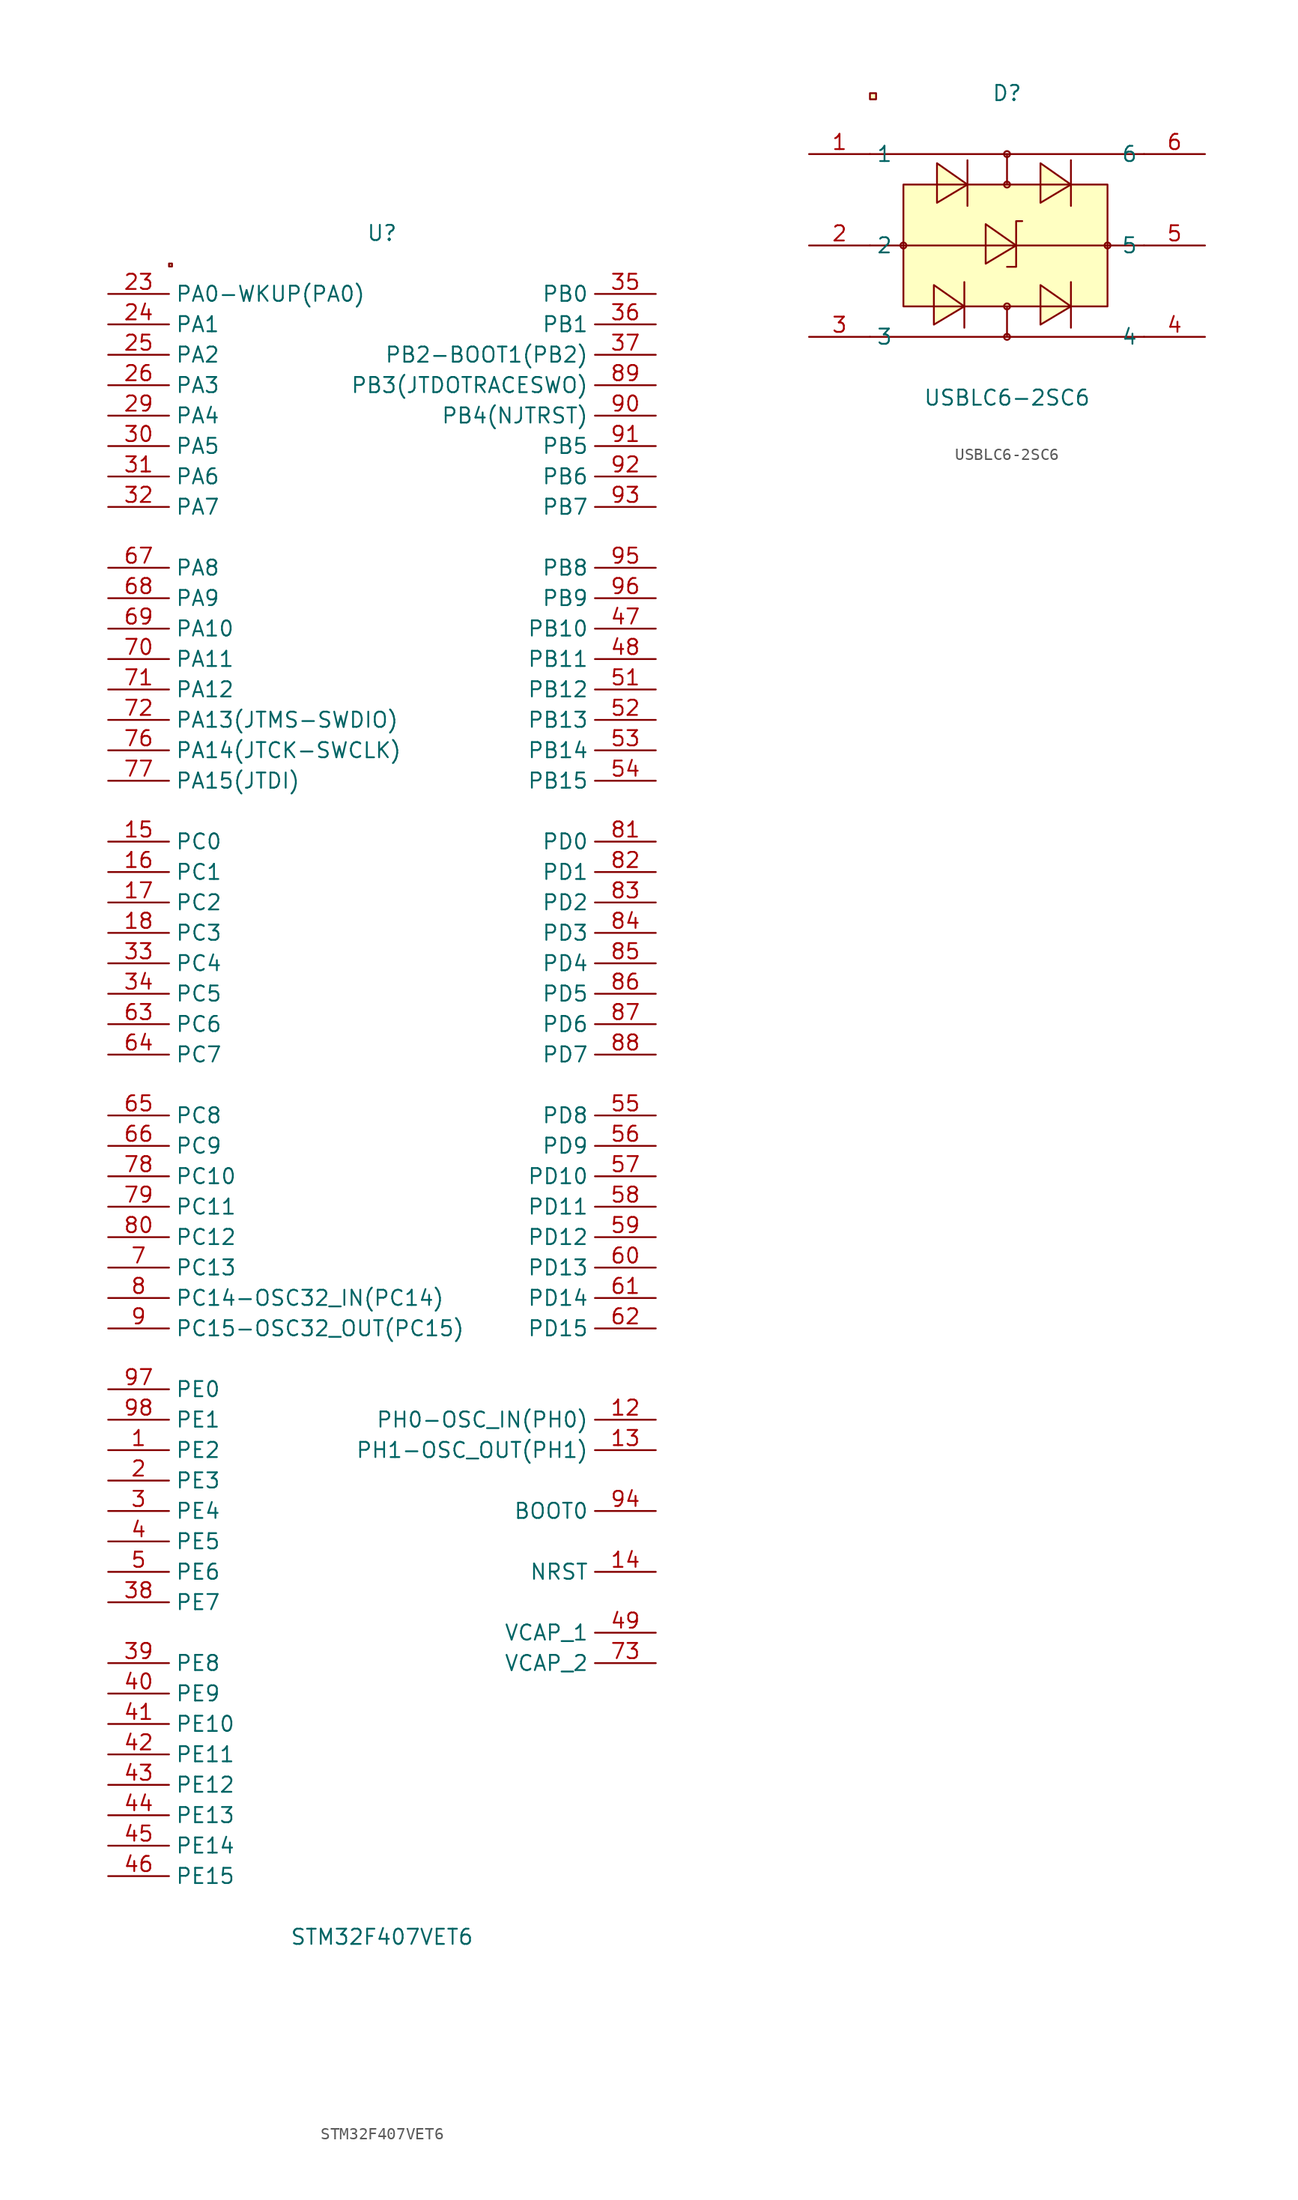
<source format=kicad_sym>
(kicad_symbol_lib
  (version 20241209)
  (generator "kicad_symbol_editor")
  (generator_version "9.0")
  (symbol "STM32F407VET6"
    (property "Reference" "U"
      (at 0 71.12 0)
      (effects (font (size 1.27 1.27))))
    (property "Value" "STM32F407VET6"
      (at 0 -71.12 0)
      (effects (font (size 1.27 1.27))))
    (symbol "STM32F407VET6_0_1"
      (rectangle (start -17.78 68.58) (end -17.53 68.33) (stroke (width 0) (type default)) (fill (type background)))
      (pin bidirectional line (at -22.86 66.04 0) (length 5.08) (name "PA0-WKUP(PA0)" (effects (font (size 1.27 1.27)))) (number "23" (effects (font (size 1.27 1.27)))))
      (pin bidirectional line (at -22.86 63.5 0) (length 5.08) (name "PA1" (effects (font (size 1.27 1.27)))) (number "24" (effects (font (size 1.27 1.27)))))
      (pin bidirectional line (at -22.86 60.96 0) (length 5.08) (name "PA2" (effects (font (size 1.27 1.27)))) (number "25" (effects (font (size 1.27 1.27)))))
      (pin bidirectional line (at -22.86 58.42 0) (length 5.08) (name "PA3" (effects (font (size 1.27 1.27)))) (number "26" (effects (font (size 1.27 1.27)))))
      (pin bidirectional line (at -22.86 55.88 0) (length 5.08) (name "PA4" (effects (font (size 1.27 1.27)))) (number "29" (effects (font (size 1.27 1.27)))))
      (pin bidirectional line (at -22.86 53.34 0) (length 5.08) (name "PA5" (effects (font (size 1.27 1.27)))) (number "30" (effects (font (size 1.27 1.27)))))
      (pin bidirectional line (at -22.86 50.8 0) (length 5.08) (name "PA6" (effects (font (size 1.27 1.27)))) (number "31" (effects (font (size 1.27 1.27)))))
      (pin bidirectional line (at -22.86 48.26 0) (length 5.08) (name "PA7" (effects (font (size 1.27 1.27)))) (number "32" (effects (font (size 1.27 1.27)))))
      (pin bidirectional line (at -22.86 43.18 0) (length 5.08) (name "PA8" (effects (font (size 1.27 1.27)))) (number "67" (effects (font (size 1.27 1.27)))))
      (pin bidirectional line (at -22.86 40.64 0) (length 5.08) (name "PA9" (effects (font (size 1.27 1.27)))) (number "68" (effects (font (size 1.27 1.27)))))
      (pin bidirectional line (at -22.86 38.1 0) (length 5.08) (name "PA10" (effects (font (size 1.27 1.27)))) (number "69" (effects (font (size 1.27 1.27)))))
      (pin bidirectional line (at -22.86 35.56 0) (length 5.08) (name "PA11" (effects (font (size 1.27 1.27)))) (number "70" (effects (font (size 1.27 1.27)))))
      (pin bidirectional line (at -22.86 33.02 0) (length 5.08) (name "PA12" (effects (font (size 1.27 1.27)))) (number "71" (effects (font (size 1.27 1.27)))))
      (pin bidirectional line (at -22.86 30.48 0) (length 5.08) (name "PA13(JTMS-SWDIO)" (effects (font (size 1.27 1.27)))) (number "72" (effects (font (size 1.27 1.27)))))
      (pin bidirectional line (at -22.86 27.94 0) (length 5.08) (name "PA14(JTCK-SWCLK)" (effects (font (size 1.27 1.27)))) (number "76" (effects (font (size 1.27 1.27)))))
      (pin bidirectional line (at -22.86 25.4 0) (length 5.08) (name "PA15(JTDI)" (effects (font (size 1.27 1.27)))) (number "77" (effects (font (size 1.27 1.27)))))
      (pin bidirectional line (at -22.86 20.32 0) (length 5.08) (name "PC0" (effects (font (size 1.27 1.27)))) (number "15" (effects (font (size 1.27 1.27)))))
      (pin bidirectional line (at -22.86 17.78 0) (length 5.08) (name "PC1" (effects (font (size 1.27 1.27)))) (number "16" (effects (font (size 1.27 1.27)))))
      (pin bidirectional line (at -22.86 15.24 0) (length 5.08) (name "PC2" (effects (font (size 1.27 1.27)))) (number "17" (effects (font (size 1.27 1.27)))))
      (pin bidirectional line (at -22.86 12.7 0) (length 5.08) (name "PC3" (effects (font (size 1.27 1.27)))) (number "18" (effects (font (size 1.27 1.27)))))
      (pin bidirectional line (at -22.86 10.16 0) (length 5.08) (name "PC4" (effects (font (size 1.27 1.27)))) (number "33" (effects (font (size 1.27 1.27)))))
      (pin bidirectional line (at -22.86 7.62 0) (length 5.08) (name "PC5" (effects (font (size 1.27 1.27)))) (number "34" (effects (font (size 1.27 1.27)))))
      (pin bidirectional line (at -22.86 5.08 0) (length 5.08) (name "PC6" (effects (font (size 1.27 1.27)))) (number "63" (effects (font (size 1.27 1.27)))))
      (pin bidirectional line (at -22.86 2.54 0) (length 5.08) (name "PC7" (effects (font (size 1.27 1.27)))) (number "64" (effects (font (size 1.27 1.27)))))
      (pin bidirectional line (at -22.86 -2.54 0) (length 5.08) (name "PC8" (effects (font (size 1.27 1.27)))) (number "65" (effects (font (size 1.27 1.27)))))
      (pin bidirectional line (at -22.86 -5.08 0) (length 5.08) (name "PC9" (effects (font (size 1.27 1.27)))) (number "66" (effects (font (size 1.27 1.27)))))
      (pin bidirectional line (at -22.86 -7.62 0) (length 5.08) (name "PC10" (effects (font (size 1.27 1.27)))) (number "78" (effects (font (size 1.27 1.27)))))
      (pin bidirectional line (at -22.86 -10.16 0) (length 5.08) (name "PC11" (effects (font (size 1.27 1.27)))) (number "79" (effects (font (size 1.27 1.27)))))
      (pin bidirectional line (at -22.86 -12.7 0) (length 5.08) (name "PC12" (effects (font (size 1.27 1.27)))) (number "80" (effects (font (size 1.27 1.27)))))
      (pin bidirectional line (at -22.86 -15.24 0) (length 5.08) (name "PC13" (effects (font (size 1.27 1.27)))) (number "7" (effects (font (size 1.27 1.27)))))
      (pin bidirectional line (at -22.86 -17.78 0) (length 5.08) (name "PC14-OSC32_IN(PC14)" (effects (font (size 1.27 1.27)))) (number "8" (effects (font (size 1.27 1.27)))))
      (pin bidirectional line (at -22.86 -20.32 0) (length 5.08) (name "PC15-OSC32_OUT(PC15)" (effects (font (size 1.27 1.27)))) (number "9" (effects (font (size 1.27 1.27)))))
      (pin bidirectional line (at -22.86 -25.4 0) (length 5.08) (name "PE0" (effects (font (size 1.27 1.27)))) (number "97" (effects (font (size 1.27 1.27)))))
      (pin bidirectional line (at -22.86 -27.94 0) (length 5.08) (name "PE1" (effects (font (size 1.27 1.27)))) (number "98" (effects (font (size 1.27 1.27)))))
      (pin bidirectional line (at -22.86 -30.48 0) (length 5.08) (name "PE2" (effects (font (size 1.27 1.27)))) (number "1" (effects (font (size 1.27 1.27)))))
      (pin bidirectional line (at -22.86 -33.02 0) (length 5.08) (name "PE3" (effects (font (size 1.27 1.27)))) (number "2" (effects (font (size 1.27 1.27)))))
      (pin bidirectional line (at -22.86 -35.56 0) (length 5.08) (name "PE4" (effects (font (size 1.27 1.27)))) (number "3" (effects (font (size 1.27 1.27)))))
      (pin bidirectional line (at -22.86 -38.1 0) (length 5.08) (name "PE5" (effects (font (size 1.27 1.27)))) (number "4" (effects (font (size 1.27 1.27)))))
      (pin bidirectional line (at -22.86 -40.64 0) (length 5.08) (name "PE6" (effects (font (size 1.27 1.27)))) (number "5" (effects (font (size 1.27 1.27)))))
      (pin bidirectional line (at -22.86 -43.18 0) (length 5.08) (name "PE7" (effects (font (size 1.27 1.27)))) (number "38" (effects (font (size 1.27 1.27)))))
      (pin bidirectional line (at -22.86 -48.26 0) (length 5.08) (name "PE8" (effects (font (size 1.27 1.27)))) (number "39" (effects (font (size 1.27 1.27)))))
      (pin bidirectional line (at -22.86 -50.8 0) (length 5.08) (name "PE9" (effects (font (size 1.27 1.27)))) (number "40" (effects (font (size 1.27 1.27)))))
      (pin bidirectional line (at -22.86 -53.34 0) (length 5.08) (name "PE10" (effects (font (size 1.27 1.27)))) (number "41" (effects (font (size 1.27 1.27)))))
      (pin bidirectional line (at -22.86 -55.88 0) (length 5.08) (name "PE11" (effects (font (size 1.27 1.27)))) (number "42" (effects (font (size 1.27 1.27)))))
      (pin bidirectional line (at -22.86 -58.42 0) (length 5.08) (name "PE12" (effects (font (size 1.27 1.27)))) (number "43" (effects (font (size 1.27 1.27)))))
      (pin bidirectional line (at -22.86 -60.96 0) (length 5.08) (name "PE13" (effects (font (size 1.27 1.27)))) (number "44" (effects (font (size 1.27 1.27)))))
      (pin bidirectional line (at -22.86 -63.5 0) (length 5.08) (name "PE14" (effects (font (size 1.27 1.27)))) (number "45" (effects (font (size 1.27 1.27)))))
      (pin bidirectional line (at -22.86 -66.04 0) (length 5.08) (name "PE15" (effects (font (size 1.27 1.27)))) (number "46" (effects (font (size 1.27 1.27)))))
      (pin bidirectional line (at 22.86 66.04 180) (length 5.08) (name "PB0" (effects (font (size 1.27 1.27)))) (number "35" (effects (font (size 1.27 1.27)))))
      (pin bidirectional line (at 22.86 63.5 180) (length 5.08) (name "PB1" (effects (font (size 1.27 1.27)))) (number "36" (effects (font (size 1.27 1.27)))))
      (pin bidirectional line (at 22.86 60.96 180) (length 5.08) (name "PB2-BOOT1(PB2)" (effects (font (size 1.27 1.27)))) (number "37" (effects (font (size 1.27 1.27)))))
      (pin bidirectional line (at 22.86 58.42 180) (length 5.08) (name "PB3(JTDOTRACESWO)" (effects (font (size 1.27 1.27)))) (number "89" (effects (font (size 1.27 1.27)))))
      (pin bidirectional line (at 22.86 55.88 180) (length 5.08) (name "PB4(NJTRST)" (effects (font (size 1.27 1.27)))) (number "90" (effects (font (size 1.27 1.27)))))
      (pin bidirectional line (at 22.86 53.34 180) (length 5.08) (name "PB5" (effects (font (size 1.27 1.27)))) (number "91" (effects (font (size 1.27 1.27)))))
      (pin bidirectional line (at 22.86 50.8 180) (length 5.08) (name "PB6" (effects (font (size 1.27 1.27)))) (number "92" (effects (font (size 1.27 1.27)))))
      (pin bidirectional line (at 22.86 48.26 180) (length 5.08) (name "PB7" (effects (font (size 1.27 1.27)))) (number "93" (effects (font (size 1.27 1.27)))))
      (pin bidirectional line (at 22.86 43.18 180) (length 5.08) (name "PB8" (effects (font (size 1.27 1.27)))) (number "95" (effects (font (size 1.27 1.27)))))
      (pin bidirectional line (at 22.86 40.64 180) (length 5.08) (name "PB9" (effects (font (size 1.27 1.27)))) (number "96" (effects (font (size 1.27 1.27)))))
      (pin bidirectional line (at 22.86 38.1 180) (length 5.08) (name "PB10" (effects (font (size 1.27 1.27)))) (number "47" (effects (font (size 1.27 1.27)))))
      (pin bidirectional line (at 22.86 35.56 180) (length 5.08) (name "PB11" (effects (font (size 1.27 1.27)))) (number "48" (effects (font (size 1.27 1.27)))))
      (pin bidirectional line (at 22.86 33.02 180) (length 5.08) (name "PB12" (effects (font (size 1.27 1.27)))) (number "51" (effects (font (size 1.27 1.27)))))
      (pin bidirectional line (at 22.86 30.48 180) (length 5.08) (name "PB13" (effects (font (size 1.27 1.27)))) (number "52" (effects (font (size 1.27 1.27)))))
      (pin bidirectional line (at 22.86 27.94 180) (length 5.08) (name "PB14" (effects (font (size 1.27 1.27)))) (number "53" (effects (font (size 1.27 1.27)))))
      (pin bidirectional line (at 22.86 25.4 180) (length 5.08) (name "PB15" (effects (font (size 1.27 1.27)))) (number "54" (effects (font (size 1.27 1.27)))))
      (pin bidirectional line (at 22.86 20.32 180) (length 5.08) (name "PD0" (effects (font (size 1.27 1.27)))) (number "81" (effects (font (size 1.27 1.27)))))
      (pin bidirectional line (at 22.86 17.78 180) (length 5.08) (name "PD1" (effects (font (size 1.27 1.27)))) (number "82" (effects (font (size 1.27 1.27)))))
      (pin bidirectional line (at 22.86 15.24 180) (length 5.08) (name "PD2" (effects (font (size 1.27 1.27)))) (number "83" (effects (font (size 1.27 1.27)))))
      (pin bidirectional line (at 22.86 12.7 180) (length 5.08) (name "PD3" (effects (font (size 1.27 1.27)))) (number "84" (effects (font (size 1.27 1.27)))))
      (pin bidirectional line (at 22.86 10.16 180) (length 5.08) (name "PD4" (effects (font (size 1.27 1.27)))) (number "85" (effects (font (size 1.27 1.27)))))
      (pin bidirectional line (at 22.86 7.62 180) (length 5.08) (name "PD5" (effects (font (size 1.27 1.27)))) (number "86" (effects (font (size 1.27 1.27)))))
      (pin bidirectional line (at 22.86 5.08 180) (length 5.08) (name "PD6" (effects (font (size 1.27 1.27)))) (number "87" (effects (font (size 1.27 1.27)))))
      (pin bidirectional line (at 22.86 2.54 180) (length 5.08) (name "PD7" (effects (font (size 1.27 1.27)))) (number "88" (effects (font (size 1.27 1.27)))))
      (pin bidirectional line (at 22.86 -2.54 180) (length 5.08) (name "PD8" (effects (font (size 1.27 1.27)))) (number "55" (effects (font (size 1.27 1.27)))))
      (pin bidirectional line (at 22.86 -5.08 180) (length 5.08) (name "PD9" (effects (font (size 1.27 1.27)))) (number "56" (effects (font (size 1.27 1.27)))))
      (pin bidirectional line (at 22.86 -7.62 180) (length 5.08) (name "PD10" (effects (font (size 1.27 1.27)))) (number "57" (effects (font (size 1.27 1.27)))))
      (pin bidirectional line (at 22.86 -10.16 180) (length 5.08) (name "PD11" (effects (font (size 1.27 1.27)))) (number "58" (effects (font (size 1.27 1.27)))))
      (pin bidirectional line (at 22.86 -12.7 180) (length 5.08) (name "PD12" (effects (font (size 1.27 1.27)))) (number "59" (effects (font (size 1.27 1.27)))))
      (pin bidirectional line (at 22.86 -15.24 180) (length 5.08) (name "PD13" (effects (font (size 1.27 1.27)))) (number "60" (effects (font (size 1.27 1.27)))))
      (pin bidirectional line (at 22.86 -17.78 180) (length 5.08) (name "PD14" (effects (font (size 1.27 1.27)))) (number "61" (effects (font (size 1.27 1.27)))))
      (pin bidirectional line (at 22.86 -20.32 180) (length 5.08) (name "PD15" (effects (font (size 1.27 1.27)))) (number "62" (effects (font (size 1.27 1.27)))))
      (pin bidirectional line (at 22.86 -27.94 180) (length 5.08) (name "PH0-OSC_IN(PH0)" (effects (font (size 1.27 1.27)))) (number "12" (effects (font (size 1.27 1.27)))))
      (pin bidirectional line (at 22.86 -30.48 180) (length 5.08) (name "PH1-OSC_OUT(PH1)" (effects (font (size 1.27 1.27)))) (number "13" (effects (font (size 1.27 1.27)))))
      (pin unspecified line (at 22.86 -35.56 180) (length 5.08) (name "BOOT0" (effects (font (size 1.27 1.27)))) (number "94" (effects (font (size 1.27 1.27)))))
      (pin bidirectional line (at 22.86 -40.64 180) (length 5.08) (name "NRST" (effects (font (size 1.27 1.27)))) (number "14" (effects (font (size 1.27 1.27)))))
      (pin power_in line (at 22.86 -45.72 180) (length 5.08) (name "VCAP_1" (effects (font (size 1.27 1.27)))) (number "49" (effects (font (size 1.27 1.27)))))
      (pin power_in line (at 22.86 -48.26 180) (length 5.08) (name "VCAP_2" (effects (font (size 1.27 1.27)))) (number "73" (effects (font (size 1.27 1.27)))))))
  (symbol "USBLC6-2SC6"
    (property "Reference" "D"
      (at 0 12.7 0)
      (effects (font (size 1.27 1.27))))
    (property "Value" "USBLC6-2SC6"
      (at 0 -12.7 0)
      (effects (font (size 1.27 1.27))))
    (symbol "USBLC6-2SC6_0_1"
      (rectangle (start -11.43 12.7) (end -10.92 12.19) (stroke (width 0) (type default)) (fill (type background)))
      (polyline (pts (xy -11.43 7.62) (xy 11.43 7.62)) (stroke (width 0) (type default)) (fill (type none)))
      (polyline (pts (xy -11.43 0) (xy 11.43 0)) (stroke (width 0) (type default)) (fill (type none)))
      (polyline (pts (xy -11.43 -7.62) (xy 11.43 -7.62)) (stroke (width 0) (type default)) (fill (type none)))
      (circle (center -8.64 0) (radius 0.25) (stroke (width 0) (type default)) (fill (type none)))
      (polyline (pts (xy -8.64 0) (xy -8.64 5.08) (xy 8.38 5.08) (xy 8.38 -5.08) (xy -8.64 -5.08) (xy -8.64 0)) (stroke (width 0) (type default)) (fill (type background)))
      (polyline (pts (xy -6.1 -6.6) (xy -3.56 -5.08) (xy -6.1 -3.3) (xy -6.1 -6.6)) (stroke (width 0) (type default)) (fill (type background)))
      (polyline (pts (xy -5.84 3.56) (xy -3.3 5.08) (xy -5.84 6.86) (xy -5.84 3.56)) (stroke (width 0) (type default)) (fill (type background)))
      (polyline (pts (xy -3.56 -3.05) (xy -3.56 -3.05) (xy -3.56 -6.86) (xy -3.56 -6.86)) (stroke (width 0) (type default)) (fill (type none)))
      (polyline (pts (xy -3.3 7.11) (xy -3.3 7.11) (xy -3.3 3.3) (xy -3.3 3.3)) (stroke (width 0) (type default)) (fill (type none)))
      (polyline (pts (xy -1.78 -1.52) (xy 0.76 0) (xy -1.78 1.78) (xy -1.78 -1.52)) (stroke (width 0) (type default)) (fill (type background)))
      (circle (center 0 7.62) (radius 0.25) (stroke (width 0) (type default)) (fill (type none)))
      (polyline (pts (xy 0 7.62) (xy 0 5.08)) (stroke (width 0) (type default)) (fill (type none)))
      (circle (center 0 5.08) (radius 0.25) (stroke (width 0) (type default)) (fill (type none)))
      (circle (center 0 -5.08) (radius 0.25) (stroke (width 0) (type default)) (fill (type none)))
      (polyline (pts (xy 0 -7.62) (xy 0 -5.08)) (stroke (width 0) (type default)) (fill (type none)))
      (circle (center 0 -7.62) (radius 0.25) (stroke (width 0) (type default)) (fill (type none)))
      (polyline (pts (xy 1.27 2.03) (xy 0.76 2.03) (xy 0.76 -1.78) (xy 0 -1.78)) (stroke (width 0) (type default)) (fill (type none)))
      (polyline (pts (xy 2.79 3.56) (xy 5.33 5.08) (xy 2.79 6.86) (xy 2.79 3.56)) (stroke (width 0) (type default)) (fill (type background)))
      (polyline (pts (xy 2.79 -6.6) (xy 5.33 -5.08) (xy 2.79 -3.3) (xy 2.79 -6.6)) (stroke (width 0) (type default)) (fill (type background)))
      (polyline (pts (xy 5.33 7.11) (xy 5.33 7.11) (xy 5.33 3.3) (xy 5.33 3.3)) (stroke (width 0) (type default)) (fill (type none)))
      (polyline (pts (xy 5.33 -3.05) (xy 5.33 -3.05) (xy 5.33 -6.86) (xy 5.33 -6.86)) (stroke (width 0) (type default)) (fill (type none)))
      (circle (center 8.38 0) (radius 0.25) (stroke (width 0) (type default)) (fill (type none)))
      (pin input line (at -16.51 7.62 0) (length 5.08) (name "1" (effects (font (size 1.27 1.27)))) (number "1" (effects (font (size 1.27 1.27)))))
      (pin input line (at -16.51 0 0) (length 5.08) (name "2" (effects (font (size 1.27 1.27)))) (number "2" (effects (font (size 1.27 1.27)))))
      (pin input line (at -16.51 -7.62 0) (length 5.08) (name "3" (effects (font (size 1.27 1.27)))) (number "3" (effects (font (size 1.27 1.27)))))
      (pin input line (at 16.51 7.62 180) (length 5.08) (name "6" (effects (font (size 1.27 1.27)))) (number "6" (effects (font (size 1.27 1.27)))))
      (pin input line (at 16.51 0 180) (length 5.08) (name "5" (effects (font (size 1.27 1.27)))) (number "5" (effects (font (size 1.27 1.27)))))
      (pin input line (at 16.51 -7.62 180) (length 5.08) (name "4" (effects (font (size 1.27 1.27)))) (number "4" (effects (font (size 1.27 1.27))))))))
</source>
